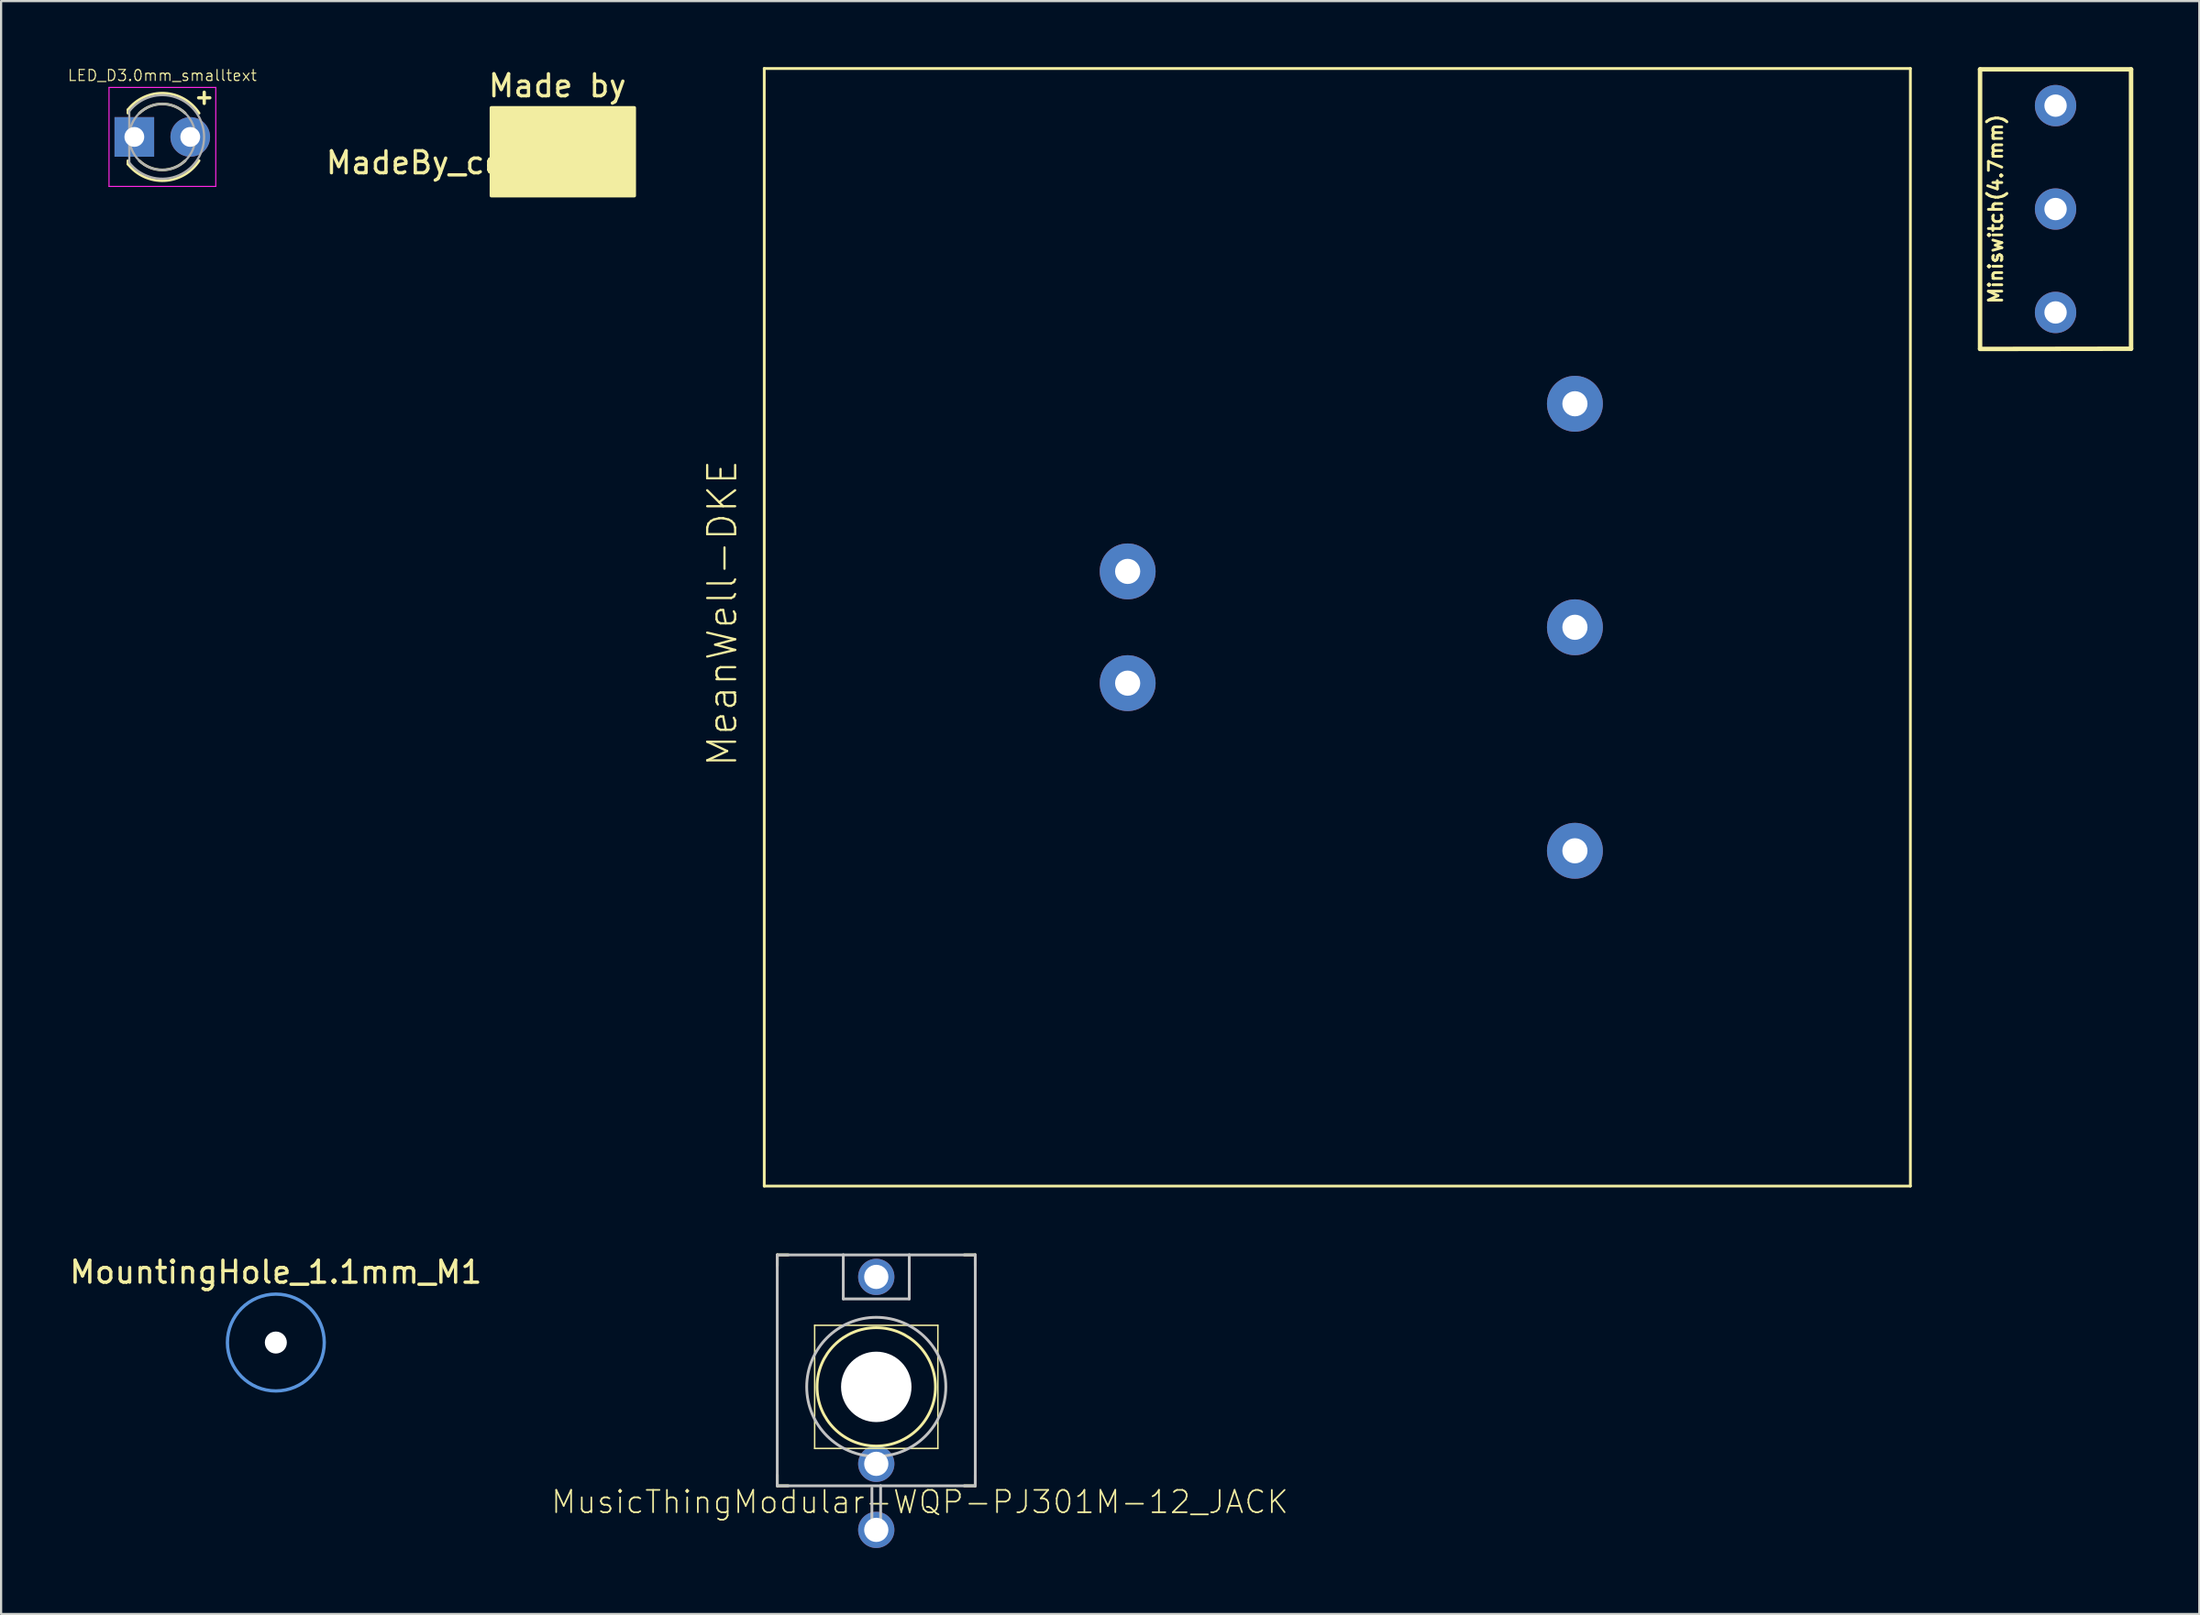
<source format=kicad_pcb>
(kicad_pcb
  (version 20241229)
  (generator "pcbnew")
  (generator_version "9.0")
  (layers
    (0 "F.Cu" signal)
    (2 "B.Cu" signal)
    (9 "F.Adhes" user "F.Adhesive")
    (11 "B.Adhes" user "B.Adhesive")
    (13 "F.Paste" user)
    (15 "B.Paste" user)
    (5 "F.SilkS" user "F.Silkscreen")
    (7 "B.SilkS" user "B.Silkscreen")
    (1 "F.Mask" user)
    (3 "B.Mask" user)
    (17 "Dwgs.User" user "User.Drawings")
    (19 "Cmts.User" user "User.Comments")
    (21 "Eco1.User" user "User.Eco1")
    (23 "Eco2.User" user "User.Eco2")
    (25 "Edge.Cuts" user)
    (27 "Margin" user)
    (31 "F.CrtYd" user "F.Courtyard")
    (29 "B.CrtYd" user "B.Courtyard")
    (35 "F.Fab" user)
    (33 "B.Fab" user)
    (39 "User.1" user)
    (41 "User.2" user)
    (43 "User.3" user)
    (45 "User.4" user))
  (footprint "MusicThingModular-WQP-PJ301M-12_JACK"
    (layer "F.Cu")
    (at 36.76 59.99)
    (property "Reference" "MusicThingModular-WQP-PJ301M-12_JACK" (at 1.981 5.232 180) (layer "F.SilkS") (effects (font (size 1.016 1.016) (thickness 0.076))))
    (attr exclude_from_pos_files exclude_from_bom)
    (fp_line (start -4.498 -5.999) (end -3.998 -5.999) (stroke (width 0.127) (type solid)) (layer "F.SilkS"))
    (fp_line (start -4.498 -5.499) (end -4.498 -5.999) (stroke (width 0.127) (type solid)) (layer "F.SilkS"))
    (fp_line (start -4.498 3.998) (end -4.498 4.498) (stroke (width 0.127) (type solid)) (layer "F.SilkS"))
    (fp_line (start -4.498 4.498) (end -3.998 4.498) (stroke (width 0.127) (type solid)) (layer "F.SilkS"))
    (fp_line (start -2.799 -2.799) (end 2.799 -2.799) (stroke (width 0.066) (type solid)) (layer "F.SilkS"))
    (fp_line (start -2.799 2.799) (end -2.799 -2.799) (stroke (width 0.066) (type solid)) (layer "F.SilkS"))
    (fp_line (start -2.799 2.799) (end 2.799 2.799) (stroke (width 0.066) (type solid)) (layer "F.SilkS"))
    (fp_line (start 2.799 2.799) (end 2.799 -2.799) (stroke (width 0.066) (type solid)) (layer "F.SilkS"))
    (fp_line (start 3.998 -5.999) (end 4.498 -5.999) (stroke (width 0.127) (type solid)) (layer "F.SilkS"))
    (fp_line (start 4.498 -5.999) (end 4.498 -5.499) (stroke (width 0.127) (type solid)) (layer "F.SilkS"))
    (fp_line (start 4.498 3.998) (end 4.498 4.498) (stroke (width 0.127) (type solid)) (layer "F.SilkS"))
    (fp_line (start 4.498 4.498) (end 3.998 4.498) (stroke (width 0.127) (type solid)) (layer "F.SilkS"))
    (fp_circle (center 0 0) (end 0 -2.69) (stroke (width 0.127) (type solid)) (fill no) (layer "F.SilkS"))
    (fp_line (start -4.498 -5.999) (end -4.498 4.498) (stroke (width 0.127) (type solid)) (layer "Dwgs.User"))
    (fp_line (start -4.498 -5.999) (end -1.499 -5.999) (stroke (width 0.127) (type solid)) (layer "Dwgs.User"))
    (fp_line (start -4.498 4.498) (end 0.198 4.498) (stroke (width 0.127) (type solid)) (layer "Dwgs.User"))
    (fp_line (start -1.499 -5.999) (end -1.499 -3.998) (stroke (width 0.127) (type solid)) (layer "Dwgs.User"))
    (fp_line (start -1.499 -5.999) (end 1.499 -5.999) (stroke (width 0.127) (type solid)) (layer "Dwgs.User"))
    (fp_line (start -1.499 -3.998) (end 1.499 -3.998) (stroke (width 0.127) (type solid)) (layer "Dwgs.User"))
    (fp_line (start -0.198 4.6) (end -0.198 6.698) (stroke (width 0.127) (type solid)) (layer "Dwgs.User"))
    (fp_line (start -0.198 6.698) (end 0.198 6.698) (stroke (width 0.127) (type solid)) (layer "Dwgs.User"))
    (fp_line (start 0.198 4.498) (end 4.498 4.498) (stroke (width 0.127) (type solid)) (layer "Dwgs.User"))
    (fp_line (start 0.198 6.698) (end 0.198 4.498) (stroke (width 0.127) (type solid)) (layer "Dwgs.User"))
    (fp_line (start 1.499 -5.999) (end 4.498 -5.999) (stroke (width 0.127) (type solid)) (layer "Dwgs.User"))
    (fp_line (start 1.499 -3.998) (end 1.499 -5.999) (stroke (width 0.127) (type solid)) (layer "Dwgs.User"))
    (fp_line (start 4.498 4.498) (end 4.498 -5.999) (stroke (width 0.127) (type solid)) (layer "Dwgs.User"))
    (fp_circle (center 0 0) (end 0 -3.16) (stroke (width 0.127) (type solid)) (fill no) (layer "Dwgs.User"))
    (pad "" np_thru_hole circle (at 0 0) (size 3.2 3.2) (drill 3.2) (layers "*.Cu" "*.Mask"))
    (pad "P$1_TIP" thru_hole circle (at 0 -4.999) (size 1.648 1.648) (drill 1.1) (layers "*.Cu" "*.Paste" "*.Mask"))
    (pad "P$2_SWITCH" thru_hole circle (at 0 3.498) (size 1.648 1.648) (drill 1.1) (layers "*.Cu" "*.Paste" "*.Mask"))
    (pad "P$3_SLEEVE" thru_hole circle (at 0 6.5) (size 1.648 1.648) (drill 1.1) (layers "*.Cu" "*.Paste" "*.Mask")))
  (footprint "LED_D3.0mm_smalltext"
    (layer "F.Cu")
    (at 3.053 3.174)
    (property "Reference" "LED_D3.0mm_smalltext" (at 1.27 -2.794 0) (layer "F.SilkS") (effects (font (size 0.5 0.5) (thickness 0.05))))
    (attr through_hole)
    (fp_line (start -0.29 -1.236) (end -0.29 -1.08) (stroke (width 0.12) (type solid)) (layer "F.SilkS"))
    (fp_line (start -0.29 1.08) (end -0.29 1.236) (stroke (width 0.12) (type solid)) (layer "F.SilkS"))
    (fp_line (start 3.175 -2.032) (end 3.175 -1.524) (stroke (width 0.15) (type solid)) (layer "F.SilkS"))
    (fp_line (start 3.429 -1.778) (end 2.921 -1.778) (stroke (width 0.15) (type solid)) (layer "F.SilkS"))
    (fp_arc (start -0.29 -1.235516) (mid 1.366487 -1.987659) (end 2.942335 -1.078608) (stroke (width 0.12) (type solid)) (layer "F.SilkS"))
    (fp_arc (start 0.229039 -1.08) (mid 1.270117 -1.5) (end 2.31113 -1.079837) (stroke (width 0.12) (type solid)) (layer "F.SilkS"))
    (fp_arc (start 2.31113 1.079837) (mid 1.270117 1.5) (end 0.229039 1.08) (stroke (width 0.12) (type solid)) (layer "F.SilkS"))
    (fp_arc (start 2.942335 1.078608) (mid 1.366487 1.987659) (end -0.29 1.235516) (stroke (width 0.12) (type solid)) (layer "F.SilkS"))
    (fp_line (start -1.15 -2.25) (end -1.15 2.25) (stroke (width 0.05) (type solid)) (layer "F.CrtYd"))
    (fp_line (start -1.15 2.25) (end 3.7 2.25) (stroke (width 0.05) (type solid)) (layer "F.CrtYd"))
    (fp_line (start 3.7 -2.25) (end -1.15 -2.25) (stroke (width 0.05) (type solid)) (layer "F.CrtYd"))
    (fp_line (start 3.7 2.25) (end 3.7 -2.25) (stroke (width 0.05) (type solid)) (layer "F.CrtYd"))
    (fp_line (start -0.23 -1.166) (end -0.23 1.166) (stroke (width 0.1) (type solid)) (layer "F.Fab"))
    (fp_arc (start -0.23 -1.16619) (mid 3.17 0.000452) (end -0.230555 1.165476) (stroke (width 0.1) (type solid)) (layer "F.Fab"))
    (fp_circle (center 1.27 0) (end 2.77 0) (stroke (width 0.1) (type solid)) (fill no) (layer "F.Fab"))
    (pad "1" thru_hole rect (at 0 0) (size 1.8 1.8) (drill 0.9) (layers "*.Cu" "*.Mask"))
    (pad "2" thru_hole circle (at 2.54 0) (size 1.8 1.8) (drill 0.9) (layers "*.Cu" "*.Mask")))
  (footprint "MadeBy_center"
    (layer "F.Cu")
    (at 22.52 3.848)
    (property "Reference" "MadeBy_center" (at -5.25 0.5 0) (layer "F.SilkS") (effects (font (size 1 1) (thickness 0.15))))
    (attr through_hole)
    (fp_poly (pts (xy -3.25 2) (xy 3.25 2) (xy 3.25 -2) (xy -3.25 -2)) (stroke (width 0.15) (type solid)) (fill yes) (layer "F.SilkS"))
    (fp_text user "Made by" (at -0.25 -3 0) (layer "F.SilkS") (effects (font (size 1 1) (thickness 0.15)))))
  (footprint "MountingHole_1.1mm_M1"
    (layer "F.Cu")
    (at 9.482 57.975)
    (property "Reference" "MountingHole_1.1mm_M1" (at 0 -3.2 0) (layer "F.SilkS") (effects (font (size 1 1) (thickness 0.15))))
    (attr exclude_from_pos_files exclude_from_bom)
    (fp_circle (center 0 0) (end 2.2 0) (stroke (width 0.15) (type solid)) (fill no) (layer "Cmts.User"))
    (pad "" np_thru_hole circle (at 0 0) (size 1 1) (drill 1) (layers "*.Cu" "*.Mask")))
  (footprint "MeanWell-DKE"
    (layer "F.Cu")
    (at 58.341 25.463)
    (property "Reference" "MeanWell-DKE" (at -28.575 -0.635 90) (layer "F.SilkS") (effects (font (size 1.27 1.27) (thickness 0.102))))
    (attr exclude_from_pos_files exclude_from_bom)
    (fp_line (start -26.67 -25.4) (end 25.4 -25.4) (stroke (width 0.127) (type solid)) (layer "F.SilkS"))
    (fp_line (start -26.67 25.4) (end -26.67 -25.4) (stroke (width 0.127) (type solid)) (layer "F.SilkS"))
    (fp_line (start 25.4 -25.4) (end 25.4 25.4) (stroke (width 0.127) (type solid)) (layer "F.SilkS"))
    (fp_line (start 25.4 25.4) (end -26.67 25.4) (stroke (width 0.127) (type solid)) (layer "F.SilkS"))
    (pad "1" thru_hole circle (at -10.16 2.54) (size 2.54 2.54) (drill 1.143) (layers "*.Cu" "*.Paste" "*.Mask"))
    (pad "2" thru_hole circle (at -10.16 -2.54) (size 2.54 2.54) (drill 1.143) (layers "*.Cu" "*.Paste" "*.Mask"))
    (pad "3" thru_hole circle (at 10.16 10.16) (size 2.54 2.54) (drill 1.143) (layers "*.Cu" "*.Paste" "*.Mask"))
    (pad "4" thru_hole circle (at 10.16 0) (size 2.54 2.54) (drill 1.143) (layers "*.Cu" "*.Paste" "*.Mask"))
    (pad "5" thru_hole circle (at 10.16 -10.16) (size 2.54 2.54) (drill 1.143) (layers "*.Cu" "*.Paste" "*.Mask")))
  (footprint "Miniswitch(4.7mm)"
    (layer "F.Cu")
    (at 90.337 6.452)
    (property "Reference" "Miniswitch(4.7mm)" (at -2.718 0 90) (layer "F.SilkS") (effects (font (size 0.61 0.61) (thickness 0.127))))
    (attr exclude_from_pos_files exclude_from_bom)
    (fp_line (start -3.43 -6.35) (end -3.43 6.35) (stroke (width 0.203) (type solid)) (layer "F.SilkS"))
    (fp_line (start -3.43 6.36) (end 3.43 6.35) (stroke (width 0.203) (type solid)) (layer "F.SilkS"))
    (fp_line (start 3.43 -6.35) (end -3.43 -6.35) (stroke (width 0.203) (type solid)) (layer "F.SilkS"))
    (fp_line (start 3.43 6.35) (end 3.43 -6.35) (stroke (width 0.203) (type solid)) (layer "F.SilkS"))
    (pad "1" thru_hole circle (at 0 -4.7) (size 1.88 1.88) (drill 1.016) (layers "*.Cu" "*.Mask"))
    (pad "2" thru_hole circle (at 0 0) (size 1.88 1.88) (drill 1.016) (layers "*.Cu" "*.Mask"))
    (pad "3" thru_hole circle (at 0 4.7) (size 1.88 1.88) (drill 1.016) (layers "*.Cu" "*.Mask")))
  (gr_rect
    (start -3 -3)
    (end 96.868 70.314)
    (stroke (width 0.1) (type default))
    (fill no)
    (layer "Edge.Cuts")))
</source>
